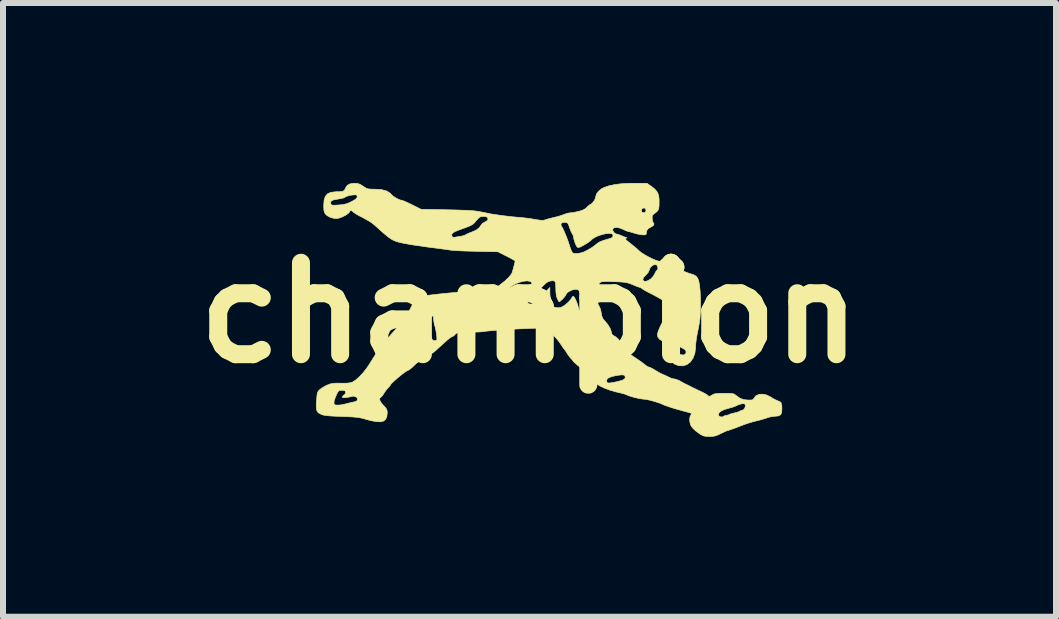
<source format=kicad_pcb>
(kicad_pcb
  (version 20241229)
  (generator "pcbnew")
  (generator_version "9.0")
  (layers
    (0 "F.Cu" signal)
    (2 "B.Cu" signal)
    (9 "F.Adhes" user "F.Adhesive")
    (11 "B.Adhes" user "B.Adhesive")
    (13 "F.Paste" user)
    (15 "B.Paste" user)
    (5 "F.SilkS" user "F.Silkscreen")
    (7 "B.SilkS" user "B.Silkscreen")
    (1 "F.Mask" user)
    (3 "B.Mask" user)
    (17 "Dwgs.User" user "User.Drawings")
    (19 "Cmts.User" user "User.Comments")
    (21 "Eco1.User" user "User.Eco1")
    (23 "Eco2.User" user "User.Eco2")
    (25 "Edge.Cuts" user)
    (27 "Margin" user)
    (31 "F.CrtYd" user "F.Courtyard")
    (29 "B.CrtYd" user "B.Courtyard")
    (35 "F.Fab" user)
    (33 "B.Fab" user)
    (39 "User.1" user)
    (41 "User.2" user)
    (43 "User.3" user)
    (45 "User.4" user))
  (footprint "champion"
    (layer "F.Cu")
    (at 5.777 2.165)
    (property "Reference" "champion" (at 0 0 0) (layer "F.SilkS") (effects (font (size 1.524 1.524) (thickness 0.3))))
    (attr through_hole)
    (fp_poly (pts (xy 2.024 -2.113) (xy 2.086 -2.065) (xy 2.126 -2.019) (xy 2.149 -1.969) (xy 2.159 -1.905) (xy 2.16 -1.85) (xy 2.159 -1.784) (xy 2.153 -1.738) (xy 2.14 -1.706) (xy 2.116 -1.681) (xy 2.082 -1.655) (xy 2.054 -1.633) (xy 2.044 -1.608) (xy 2.045 -1.569) (xy 2.045 -1.568) (xy 2.051 -1.53) (xy 2.06 -1.506) (xy 2.063 -1.503) (xy 2.076 -1.483) (xy 2.066 -1.458) (xy 2.037 -1.437) (xy 2.037 -1.437) (xy 1.983 -1.407) (xy 1.955 -1.373) (xy 1.948 -1.339) (xy 1.946 -1.313) (xy 1.933 -1.302) (xy 1.901 -1.299) (xy 1.894 -1.299) (xy 1.851 -1.303) (xy 1.795 -1.315) (xy 1.751 -1.327) (xy 1.703 -1.342) (xy 1.666 -1.352) (xy 1.648 -1.355) (xy 1.628 -1.361) (xy 1.592 -1.376) (xy 1.559 -1.392) (xy 1.5 -1.415) (xy 1.448 -1.424) (xy 1.409 -1.418) (xy 1.388 -1.399) (xy 1.386 -1.393) (xy 1.392 -1.362) (xy 1.415 -1.331) (xy 1.446 -1.314) (xy 1.454 -1.313) (xy 1.48 -1.307) (xy 1.519 -1.292) (xy 1.536 -1.285) (xy 1.575 -1.268) (xy 1.605 -1.258) (xy 1.612 -1.256) (xy 1.622 -1.253) (xy 1.61 -1.243) (xy 1.6 -1.231) (xy 1.61 -1.215) (xy 1.631 -1.197) (xy 1.717 -1.129) (xy 1.785 -1.072) (xy 1.833 -1.028) (xy 1.838 -1.024) (xy 1.87 -0.999) (xy 1.918 -0.969) (xy 1.975 -0.937) (xy 2.035 -0.907) (xy 2.091 -0.882) (xy 2.135 -0.866) (xy 2.157 -0.861) (xy 2.185 -0.855) (xy 2.229 -0.84) (xy 2.282 -0.818) (xy 2.295 -0.812) (xy 2.346 -0.789) (xy 2.387 -0.772) (xy 2.411 -0.763) (xy 2.414 -0.762) (xy 2.433 -0.756) (xy 2.469 -0.741) (xy 2.509 -0.721) (xy 2.57 -0.693) (xy 2.637 -0.667) (xy 2.674 -0.655) (xy 2.734 -0.636) (xy 2.776 -0.612) (xy 2.803 -0.578) (xy 2.821 -0.529) (xy 2.834 -0.458) (xy 2.836 -0.443) (xy 2.845 -0.345) (xy 2.85 -0.234) (xy 2.851 -0.119) (xy 2.848 -0.007) (xy 2.841 0.094) (xy 2.83 0.175) (xy 2.829 0.176) (xy 2.816 0.248) (xy 2.801 0.324) (xy 2.788 0.388) (xy 2.778 0.455) (xy 2.77 0.526) (xy 2.768 0.574) (xy 2.757 0.669) (xy 2.728 0.751) (xy 2.683 0.817) (xy 2.625 0.862) (xy 2.561 0.883) (xy 2.487 0.881) (xy 2.419 0.855) (xy 2.36 0.807) (xy 2.314 0.743) (xy 2.284 0.665) (xy 2.274 0.583) (xy 2.273 0.534) (xy 2.268 0.506) (xy 2.256 0.49) (xy 2.233 0.478) (xy 2.227 0.475) (xy 2.171 0.444) (xy 2.14 0.405) (xy 2.132 0.363) (xy 2.139 0.327) (xy 2.146 0.308) (xy 2.261 0.308) (xy 2.269 0.349) (xy 2.301 0.386) (xy 2.342 0.409) (xy 2.365 0.42) (xy 2.375 0.436) (xy 2.377 0.464) (xy 2.375 0.501) (xy 2.373 0.547) (xy 2.378 0.577) (xy 2.396 0.604) (xy 2.418 0.628) (xy 2.467 0.669) (xy 2.515 0.694) (xy 2.558 0.703) (xy 2.59 0.695) (xy 2.608 0.668) (xy 2.609 0.661) (xy 2.607 0.632) (xy 2.588 0.611) (xy 2.567 0.599) (xy 2.512 0.568) (xy 2.482 0.539) (xy 2.473 0.507) (xy 2.484 0.465) (xy 2.494 0.443) (xy 2.507 0.408) (xy 2.51 0.381) (xy 2.509 0.378) (xy 2.493 0.363) (xy 2.459 0.344) (xy 2.433 0.333) (xy 2.391 0.313) (xy 2.36 0.294) (xy 2.35 0.285) (xy 2.324 0.27) (xy 2.292 0.273) (xy 2.267 0.292) (xy 2.261 0.308) (xy 2.146 0.308) (xy 2.158 0.276) (xy 2.184 0.218) (xy 2.213 0.161) (xy 2.242 0.113) (xy 2.26 0.091) (xy 2.274 0.07) (xy 2.283 0.041) (xy 2.287 -0.003) (xy 2.287 -0.053) (xy 2.287 -0.169) (xy 2.213 -0.216) (xy 2.165 -0.244) (xy 2.103 -0.279) (xy 2.038 -0.313) (xy 2.019 -0.323) (xy 1.964 -0.351) (xy 1.917 -0.377) (xy 1.885 -0.397) (xy 1.877 -0.403) (xy 1.853 -0.42) (xy 1.841 -0.424) (xy 1.823 -0.429) (xy 1.785 -0.442) (xy 1.737 -0.462) (xy 1.722 -0.468) (xy 1.679 -0.486) (xy 1.642 -0.498) (xy 1.604 -0.507) (xy 1.559 -0.512) (xy 1.5 -0.516) (xy 1.42 -0.519) (xy 1.405 -0.519) (xy 1.323 -0.522) (xy 1.265 -0.522) (xy 1.225 -0.521) (xy 1.199 -0.517) (xy 1.183 -0.511) (xy 1.171 -0.501) (xy 1.166 -0.496) (xy 1.149 -0.471) (xy 1.15 -0.445) (xy 1.157 -0.425) (xy 1.166 -0.387) (xy 1.164 -0.352) (xy 1.153 -0.329) (xy 1.143 -0.325) (xy 1.136 -0.312) (xy 1.131 -0.279) (xy 1.13 -0.239) (xy 1.133 -0.179) (xy 1.145 -0.137) (xy 1.158 -0.116) (xy 1.177 -0.077) (xy 1.191 -0.025) (xy 1.195 0.000325) (xy 1.206 0.056) (xy 1.224 0.098) (xy 1.23 0.106) (xy 1.298 0.186) (xy 1.342 0.254) (xy 1.361 0.31) (xy 1.372 0.353) (xy 1.393 0.376) (xy 1.404 0.381) (xy 1.442 0.403) (xy 1.48 0.438) (xy 1.51 0.476) (xy 1.524 0.51) (xy 1.525 0.515) (xy 1.535 0.544) (xy 1.56 0.577) (xy 1.565 0.582) (xy 1.598 0.614) (xy 1.623 0.643) (xy 1.625 0.646) (xy 1.645 0.665) (xy 1.683 0.695) (xy 1.732 0.729) (xy 1.758 0.746) (xy 1.814 0.784) (xy 1.867 0.821) (xy 1.908 0.852) (xy 1.919 0.861) (xy 1.953 0.887) (xy 1.982 0.902) (xy 1.989 0.904) (xy 2.012 0.911) (xy 2.05 0.93) (xy 2.095 0.957) (xy 2.098 0.959) (xy 2.146 0.988) (xy 2.189 1.011) (xy 2.217 1.024) (xy 2.217 1.024) (xy 2.249 1.037) (xy 2.293 1.057) (xy 2.313 1.068) (xy 2.357 1.088) (xy 2.396 1.1) (xy 2.41 1.101) (xy 2.446 1.109) (xy 2.498 1.131) (xy 2.569 1.17) (xy 2.57 1.171) (xy 2.599 1.186) (xy 2.626 1.199) (xy 2.661 1.215) (xy 2.683 1.227) (xy 2.704 1.238) (xy 2.744 1.258) (xy 2.797 1.283) (xy 2.835 1.301) (xy 2.892 1.328) (xy 2.938 1.353) (xy 2.969 1.373) (xy 2.978 1.382) (xy 2.989 1.393) (xy 3.008 1.389) (xy 3.039 1.372) (xy 3.065 1.358) (xy 3.093 1.349) (xy 3.131 1.344) (xy 3.185 1.342) (xy 3.245 1.341) (xy 3.314 1.342) (xy 3.361 1.344) (xy 3.393 1.348) (xy 3.416 1.357) (xy 3.436 1.371) (xy 3.448 1.381) (xy 3.509 1.424) (xy 3.572 1.447) (xy 3.647 1.454) (xy 3.651 1.454) (xy 3.697 1.453) (xy 3.723 1.446) (xy 3.738 1.431) (xy 3.743 1.421) (xy 3.776 1.381) (xy 3.825 1.359) (xy 3.885 1.355) (xy 3.951 1.369) (xy 4.018 1.402) (xy 4.02 1.403) (xy 4.068 1.433) (xy 4.116 1.457) (xy 4.142 1.468) (xy 4.175 1.482) (xy 4.195 1.502) (xy 4.204 1.534) (xy 4.207 1.587) (xy 4.207 1.603) (xy 4.203 1.662) (xy 4.185 1.699) (xy 4.151 1.718) (xy 4.097 1.723) (xy 4.042 1.729) (xy 3.986 1.741) (xy 3.974 1.745) (xy 3.928 1.761) (xy 3.87 1.778) (xy 3.833 1.788) (xy 3.754 1.808) (xy 3.691 1.825) (xy 3.634 1.843) (xy 3.573 1.864) (xy 3.498 1.893) (xy 3.477 1.901) (xy 3.414 1.925) (xy 3.36 1.944) (xy 3.32 1.958) (xy 3.302 1.963) (xy 3.282 1.969) (xy 3.245 1.985) (xy 3.198 2.007) (xy 3.189 2.012) (xy 3.132 2.039) (xy 3.086 2.054) (xy 3.038 2.06) (xy 2.997 2.061) (xy 2.94 2.059) (xy 2.9 2.051) (xy 2.864 2.034) (xy 2.838 2.018) (xy 2.769 1.968) (xy 2.722 1.923) (xy 2.691 1.88) (xy 2.688 1.875) (xy 2.674 1.83) (xy 2.669 1.779) (xy 2.675 1.732) (xy 2.69 1.703) (xy 2.694 1.698) (xy 3.149 1.698) (xy 3.153 1.714) (xy 3.172 1.73) (xy 3.203 1.736) (xy 3.232 1.73) (xy 3.24 1.723) (xy 3.26 1.711) (xy 3.281 1.708) (xy 3.312 1.703) (xy 3.326 1.697) (xy 3.346 1.687) (xy 3.385 1.676) (xy 3.42 1.667) (xy 3.465 1.656) (xy 3.498 1.644) (xy 3.509 1.637) (xy 3.528 1.626) (xy 3.545 1.624) (xy 3.571 1.611) (xy 3.591 1.582) (xy 3.598 1.547) (xy 3.595 1.531) (xy 3.583 1.516) (xy 3.557 1.514) (xy 3.535 1.517) (xy 3.491 1.529) (xy 3.455 1.545) (xy 3.454 1.546) (xy 3.424 1.559) (xy 3.378 1.575) (xy 3.333 1.587) (xy 3.248 1.612) (xy 3.19 1.639) (xy 3.158 1.667) (xy 3.149 1.698) (xy 2.694 1.698) (xy 2.701 1.691) (xy 2.702 1.681) (xy 2.689 1.672) (xy 2.659 1.662) (xy 2.608 1.648) (xy 2.569 1.638) (xy 2.496 1.618) (xy 2.42 1.596) (xy 2.346 1.573) (xy 2.283 1.551) (xy 2.236 1.534) (xy 2.22 1.526) (xy 2.181 1.509) (xy 2.125 1.49) (xy 2.061 1.471) (xy 2 1.455) (xy 1.948 1.444) (xy 1.918 1.44) (xy 1.873 1.436) (xy 1.813 1.425) (xy 1.747 1.41) (xy 1.685 1.392) (xy 1.636 1.375) (xy 1.623 1.369) (xy 1.584 1.353) (xy 1.539 1.341) (xy 1.539 1.341) (xy 1.434 1.316) (xy 1.335 1.287) (xy 1.248 1.254) (xy 1.176 1.22) (xy 1.125 1.187) (xy 1.11 1.173) (xy 1.068 1.127) (xy 1.285 1.127) (xy 1.287 1.151) (xy 1.297 1.165) (xy 1.318 1.17) (xy 1.356 1.167) (xy 1.416 1.156) (xy 1.44 1.151) (xy 1.511 1.134) (xy 1.557 1.119) (xy 1.584 1.102) (xy 1.595 1.082) (xy 1.595 1.072) (xy 1.589 1.049) (xy 1.568 1.036) (xy 1.529 1.034) (xy 1.467 1.042) (xy 1.449 1.045) (xy 1.371 1.062) (xy 1.318 1.083) (xy 1.291 1.107) (xy 1.285 1.127) (xy 1.068 1.127) (xy 1.066 1.126) (xy 1.012 1.07) (xy 0.952 1.011) (xy 0.894 0.955) (xy 0.844 0.909) (xy 0.812 0.882) (xy 0.773 0.85) (xy 0.742 0.822) (xy 0.729 0.807) (xy 0.71 0.782) (xy 0.691 0.761) (xy 0.668 0.734) (xy 0.639 0.694) (xy 0.627 0.675) (xy 0.603 0.638) (xy 0.585 0.613) (xy 0.579 0.607) (xy 0.568 0.593) (xy 0.546 0.561) (xy 0.517 0.517) (xy 0.511 0.508) (xy 0.471 0.453) (xy 0.418 0.393) (xy 0.365 0.339) (xy 0.359 0.333) (xy 0.266 0.25) (xy 0.016 0.259) (xy -0.129 0.265) (xy -0.269 0.272) (xy -0.398 0.279) (xy -0.514 0.287) (xy -0.614 0.295) (xy -0.692 0.302) (xy -0.746 0.309) (xy -0.748 0.309) (xy -0.792 0.315) (xy -0.856 0.319) (xy -0.932 0.322) (xy -1.011 0.324) (xy -1.018 0.324) (xy -1.095 0.324) (xy -1.149 0.326) (xy -1.185 0.329) (xy -1.208 0.335) (xy -1.224 0.344) (xy -1.237 0.357) (xy -1.24 0.36) (xy -1.265 0.384) (xy -1.286 0.395) (xy -1.287 0.395) (xy -1.309 0.406) (xy -1.35 0.436) (xy -1.409 0.487) (xy -1.486 0.557) (xy -1.521 0.589) (xy -1.564 0.629) (xy -1.601 0.659) (xy -1.627 0.676) (xy -1.633 0.678) (xy -1.65 0.686) (xy -1.652 0.692) (xy -1.664 0.704) (xy -1.691 0.715) (xy -1.742 0.732) (xy -1.791 0.759) (xy -1.844 0.801) (xy -1.907 0.862) (xy -1.909 0.863) (xy -1.953 0.906) (xy -1.993 0.939) (xy -2.022 0.958) (xy -2.03 0.96) (xy -2.049 0.969) (xy -2.082 0.992) (xy -2.126 1.025) (xy -2.175 1.065) (xy -2.223 1.106) (xy -2.266 1.144) (xy -2.298 1.175) (xy -2.315 1.195) (xy -2.316 1.198) (xy -2.325 1.213) (xy -2.347 1.24) (xy -2.363 1.257) (xy -2.398 1.298) (xy -2.427 1.341) (xy -2.434 1.353) (xy -2.456 1.386) (xy -2.476 1.406) (xy -2.479 1.407) (xy -2.498 1.426) (xy -2.495 1.459) (xy -2.471 1.501) (xy -2.436 1.542) (xy -2.399 1.581) (xy -2.38 1.612) (xy -2.373 1.643) (xy -2.372 1.664) (xy -2.378 1.727) (xy -2.397 1.773) (xy -2.431 1.803) (xy -2.482 1.816) (xy -2.552 1.814) (xy -2.643 1.797) (xy -2.732 1.773) (xy -2.781 1.759) (xy -2.827 1.749) (xy -2.876 1.742) (xy -2.934 1.736) (xy -3.006 1.732) (xy -3.099 1.728) (xy -3.134 1.727) (xy -3.237 1.723) (xy -3.316 1.719) (xy -3.375 1.714) (xy -3.419 1.708) (xy -3.451 1.7) (xy -3.469 1.693) (xy -3.508 1.674) (xy -3.534 1.651) (xy -3.549 1.619) (xy -3.555 1.573) (xy -3.553 1.51) (xy -3.26 1.51) (xy -3.252 1.53) (xy -3.228 1.537) (xy -3.186 1.538) (xy -3.133 1.533) (xy -3.078 1.521) (xy -3.069 1.519) (xy -3.012 1.504) (xy -2.953 1.49) (xy -2.937 1.487) (xy -2.895 1.477) (xy -2.875 1.462) (xy -2.869 1.444) (xy -2.873 1.416) (xy -2.901 1.398) (xy -2.902 1.398) (xy -2.932 1.389) (xy -2.95 1.39) (xy -2.969 1.396) (xy -3.006 1.403) (xy -3.04 1.409) (xy -3.087 1.415) (xy -3.112 1.414) (xy -3.12 1.405) (xy -3.12 1.403) (xy -3.109 1.383) (xy -3.091 1.369) (xy -3.068 1.343) (xy -3.066 1.323) (xy -3.074 1.302) (xy -3.095 1.294) (xy -3.127 1.292) (xy -3.155 1.293) (xy -3.176 1.299) (xy -3.192 1.315) (xy -3.21 1.347) (xy -3.232 1.398) (xy -3.239 1.414) (xy -3.257 1.468) (xy -3.26 1.51) (xy -3.553 1.51) (xy -3.553 1.508) (xy -3.551 1.464) (xy -3.545 1.398) (xy -3.54 1.354) (xy -3.532 1.325) (xy -3.52 1.304) (xy -3.501 1.284) (xy -3.497 1.28) (xy -3.458 1.251) (xy -3.407 1.221) (xy -3.375 1.205) (xy -3.335 1.189) (xy -3.298 1.179) (xy -3.256 1.174) (xy -3.199 1.172) (xy -3.149 1.173) (xy -3.068 1.173) (xy -3.01 1.169) (xy -2.968 1.16) (xy -2.951 1.154) (xy -2.899 1.121) (xy -2.84 1.069) (xy -2.777 1.003) (xy -2.718 0.927) (xy -2.677 0.867) (xy -2.639 0.807) (xy -2.601 0.746) (xy -2.569 0.696) (xy -2.562 0.685) (xy -2.532 0.637) (xy -2.504 0.59) (xy -2.491 0.568) (xy -2.467 0.536) (xy -2.443 0.516) (xy -2.44 0.514) (xy -2.413 0.496) (xy -2.398 0.476) (xy -2.378 0.445) (xy -2.341 0.399) (xy -2.292 0.342) (xy -2.234 0.278) (xy -2.17 0.211) (xy -2.158 0.198) (xy -2.116 0.15) (xy -2.077 0.096) (xy -2.05 0.049) (xy -1.701 0.049) (xy -1.697 0.134) (xy -1.691 0.188) (xy -1.68 0.252) (xy -1.665 0.317) (xy -1.649 0.377) (xy -1.634 0.423) (xy -1.621 0.448) (xy -1.595 0.463) (xy -1.565 0.464) (xy -1.546 0.451) (xy -1.544 0.431) (xy -1.546 0.391) (xy -1.553 0.34) (xy -1.562 0.287) (xy -1.572 0.24) (xy -1.582 0.207) (xy -1.582 0.205) (xy -1.591 0.173) (xy -1.597 0.128) (xy -1.599 0.113) (xy -1.602 0.074) (xy -1.611 0.055) (xy -1.631 0.05) (xy -1.652 0.049) (xy -1.701 0.049) (xy -2.05 0.049) (xy -2.036 0.027) (xy -1.991 -0.062) (xy -1.99 -0.063) (xy -1.948 -0.145) (xy -1.914 -0.204) (xy -1.887 -0.241) (xy -1.866 -0.26) (xy -1.865 -0.26) (xy -1.86 -0.262) (xy -0.463 -0.262) (xy -0.445 -0.245) (xy -0.408 -0.243) (xy -0.361 -0.257) (xy -0.312 -0.283) (xy -0.272 -0.315) (xy -0.27 -0.318) (xy -0.233 -0.351) (xy -0.188 -0.382) (xy -0.141 -0.406) (xy -0.101 -0.419) (xy -0.079 -0.419) (xy -0.067 -0.408) (xy -0.06 -0.383) (xy -0.057 -0.339) (xy -0.056 -0.306) (xy -0.053 -0.232) (xy -0.041 -0.182) (xy -0.018 -0.154) (xy 0.017 -0.146) (xy 0.047 -0.149) (xy 0.095 -0.167) (xy 0.122 -0.192) (xy 0.141 -0.216) (xy 0.175 -0.254) (xy 0.217 -0.299) (xy 0.241 -0.324) (xy 0.339 -0.423) (xy 0.339 -0.334) (xy 0.343 -0.271) (xy 0.354 -0.227) (xy 0.36 -0.218) (xy 0.376 -0.182) (xy 0.381 -0.155) (xy 0.389 -0.115) (xy 0.416 -0.093) (xy 0.465 -0.085) (xy 0.475 -0.085) (xy 0.515 -0.089) (xy 0.552 -0.104) (xy 0.597 -0.134) (xy 0.605 -0.141) (xy 0.646 -0.177) (xy 0.679 -0.213) (xy 0.694 -0.235) (xy 0.712 -0.264) (xy 0.727 -0.277) (xy 0.741 -0.268) (xy 0.759 -0.239) (xy 0.779 -0.197) (xy 0.797 -0.149) (xy 0.811 -0.103) (xy 0.812 -0.095) (xy 0.823 -0.058) (xy 0.836 -0.034) (xy 0.839 -0.032) (xy 0.854 -0.013) (xy 0.872 0.022) (xy 0.881 0.042) (xy 0.906 0.093) (xy 0.937 0.137) (xy 0.969 0.17) (xy 0.997 0.183) (xy 0.999 0.184) (xy 1.024 0.176) (xy 1.052 0.161) (xy 1.079 0.134) (xy 1.086 0.104) (xy 1.074 0.082) (xy 1.062 0.076) (xy 1.025 0.061) (xy 0.999 0.038) (xy 0.977 -0.001) (xy 0.967 -0.026) (xy 0.947 -0.07) (xy 0.929 -0.104) (xy 0.921 -0.116) (xy 0.906 -0.143) (xy 0.904 -0.162) (xy 0.897 -0.194) (xy 0.881 -0.232) (xy 0.881 -0.233) (xy 0.861 -0.276) (xy 0.843 -0.325) (xy 0.84 -0.332) (xy 0.826 -0.368) (xy 0.808 -0.386) (xy 0.777 -0.392) (xy 0.772 -0.393) (xy 0.733 -0.388) (xy 0.689 -0.372) (xy 0.647 -0.349) (xy 0.617 -0.324) (xy 0.607 -0.303) (xy 0.598 -0.285) (xy 0.575 -0.257) (xy 0.546 -0.225) (xy 0.517 -0.199) (xy 0.497 -0.185) (xy 0.494 -0.184) (xy 0.484 -0.196) (xy 0.469 -0.225) (xy 0.462 -0.238) (xy 0.446 -0.29) (xy 0.439 -0.362) (xy 0.438 -0.407) (xy 0.436 -0.471) (xy 0.43 -0.511) (xy 0.415 -0.531) (xy 0.389 -0.536) (xy 0.347 -0.531) (xy 0.342 -0.53) (xy 0.308 -0.519) (xy 0.273 -0.495) (xy 0.23 -0.455) (xy 0.205 -0.429) (xy 0.165 -0.388) (xy 0.131 -0.357) (xy 0.108 -0.34) (xy 0.103 -0.339) (xy 0.083 -0.328) (xy 0.065 -0.309) (xy 0.051 -0.291) (xy 0.043 -0.293) (xy 0.037 -0.319) (xy 0.035 -0.33) (xy 0.031 -0.378) (xy 0.033 -0.432) (xy 0.035 -0.445) (xy 0.039 -0.485) (xy 0.034 -0.506) (xy 0.018 -0.52) (xy 0.009 -0.524) (xy -0.037 -0.533) (xy -0.098 -0.527) (xy -0.165 -0.51) (xy -0.23 -0.485) (xy -0.286 -0.454) (xy -0.325 -0.42) (xy -0.332 -0.409) (xy -0.354 -0.384) (xy -0.39 -0.356) (xy -0.404 -0.348) (xy -0.441 -0.319) (xy -0.462 -0.289) (xy -0.463 -0.262) (xy -1.86 -0.262) (xy -1.834 -0.27) (xy -1.774 -0.281) (xy -1.687 -0.293) (xy -1.573 -0.307) (xy -1.43 -0.322) (xy -1.264 -0.338) (xy -1.18 -0.345) (xy -1.084 -0.35) (xy -0.989 -0.352) (xy -0.94 -0.353) (xy -0.832 -0.355) (xy -0.746 -0.361) (xy -0.676 -0.373) (xy -0.616 -0.392) (xy -0.56 -0.421) (xy -0.501 -0.46) (xy -0.493 -0.466) (xy -0.408 -0.533) (xy -0.382 -0.558) (xy 1.889 -0.558) (xy 1.897 -0.535) (xy 1.921 -0.525) (xy 1.959 -0.53) (xy 2.006 -0.555) (xy 2.02 -0.565) (xy 2.056 -0.601) (xy 2.083 -0.642) (xy 2.089 -0.656) (xy 2.106 -0.69) (xy 2.124 -0.711) (xy 2.127 -0.712) (xy 2.142 -0.732) (xy 2.143 -0.759) (xy 2.13 -0.79) (xy 2.104 -0.803) (xy 2.07 -0.8) (xy 2.037 -0.781) (xy 2.01 -0.75) (xy 1.997 -0.717) (xy 1.978 -0.673) (xy 1.942 -0.632) (xy 1.94 -0.631) (xy 1.902 -0.591) (xy 1.889 -0.558) (xy -0.382 -0.558) (xy -0.344 -0.594) (xy -0.302 -0.647) (xy -0.29 -0.671) (xy -0.282 -0.698) (xy -0.27 -0.74) (xy -0.258 -0.787) (xy -0.247 -0.83) (xy -0.241 -0.859) (xy -0.241 -0.864) (xy -0.252 -0.874) (xy -0.284 -0.893) (xy -0.332 -0.919) (xy -0.384 -0.946) (xy -0.527 -1.018) (xy -0.881 -1.025) (xy -0.984 -1.028) (xy -1.084 -1.031) (xy -1.173 -1.035) (xy -1.249 -1.04) (xy -1.304 -1.044) (xy -1.327 -1.047) (xy -1.393 -1.057) (xy -1.468 -1.067) (xy -1.518 -1.074) (xy -1.592 -1.083) (xy -1.678 -1.094) (xy -1.769 -1.107) (xy -1.858 -1.12) (xy -1.936 -1.131) (xy -1.997 -1.141) (xy -2.012 -1.144) (xy -2.094 -1.159) (xy -2.161 -1.173) (xy -2.216 -1.188) (xy -2.265 -1.207) (xy -2.311 -1.233) (xy -2.36 -1.268) (xy -2.409 -1.308) (xy -1.296 -1.308) (xy -1.296 -1.284) (xy -1.294 -1.278) (xy -1.281 -1.262) (xy -1.254 -1.259) (xy -1.235 -1.262) (xy -1.185 -1.271) (xy -1.134 -1.279) (xy -1.133 -1.279) (xy -1.092 -1.289) (xy -1.062 -1.303) (xy -1.059 -1.305) (xy -1.034 -1.318) (xy -0.993 -1.336) (xy -0.96 -1.348) (xy -0.886 -1.381) (xy -0.834 -1.424) (xy -0.806 -1.465) (xy -0.788 -1.486) (xy 0.525 -1.486) (xy 0.526 -1.457) (xy 0.534 -1.442) (xy 0.553 -1.411) (xy 0.559 -1.398) (xy 0.571 -1.372) (xy 0.588 -1.334) (xy 0.594 -1.32) (xy 0.611 -1.279) (xy 0.633 -1.222) (xy 0.654 -1.161) (xy 0.656 -1.153) (xy 0.679 -1.083) (xy 0.697 -1.036) (xy 0.713 -1.007) (xy 0.732 -0.993) (xy 0.757 -0.989) (xy 0.792 -0.99) (xy 0.803 -0.991) (xy 0.855 -0.999) (xy 0.906 -1.015) (xy 0.965 -1.045) (xy 0.988 -1.058) (xy 1.041 -1.09) (xy 1.086 -1.122) (xy 1.117 -1.147) (xy 1.122 -1.152) (xy 1.157 -1.177) (xy 1.217 -1.202) (xy 1.271 -1.219) (xy 1.329 -1.236) (xy 1.364 -1.249) (xy 1.383 -1.261) (xy 1.39 -1.276) (xy 1.391 -1.286) (xy 1.387 -1.308) (xy 1.372 -1.319) (xy 1.336 -1.324) (xy 1.33 -1.324) (xy 1.278 -1.321) (xy 1.215 -1.307) (xy 1.15 -1.286) (xy 1.092 -1.26) (xy 1.049 -1.233) (xy 1.038 -1.222) (xy 1.006 -1.193) (xy 0.955 -1.158) (xy 0.882 -1.116) (xy 0.852 -1.1) (xy 0.82 -1.09) (xy 0.801 -1.091) (xy 0.786 -1.108) (xy 0.768 -1.143) (xy 0.752 -1.187) (xy 0.739 -1.23) (xy 0.734 -1.263) (xy 0.727 -1.291) (xy 0.709 -1.323) (xy 0.691 -1.359) (xy 0.671 -1.408) (xy 0.663 -1.432) (xy 0.649 -1.474) (xy 0.635 -1.496) (xy 0.614 -1.505) (xy 0.589 -1.508) (xy 0.547 -1.504) (xy 0.525 -1.486) (xy -0.788 -1.486) (xy -0.782 -1.491) (xy -0.745 -1.515) (xy -0.74 -1.518) (xy -0.706 -1.536) (xy -0.694 -1.556) (xy -0.694 -1.57) (xy -0.702 -1.591) (xy -0.723 -1.602) (xy -0.759 -1.607) (xy -0.792 -1.607) (xy -0.819 -1.6) (xy -0.847 -1.582) (xy -0.879 -1.548) (xy -0.923 -1.496) (xy -0.926 -1.493) (xy -0.954 -1.47) (xy -1.004 -1.445) (xy -1.078 -1.416) (xy -1.115 -1.403) (xy -1.194 -1.374) (xy -1.248 -1.351) (xy -1.282 -1.329) (xy -1.296 -1.308) (xy -2.409 -1.308) (xy -2.417 -1.314) (xy -2.486 -1.375) (xy -2.562 -1.444) (xy -2.609 -1.484) (xy -2.66 -1.52) (xy -2.721 -1.556) (xy -2.799 -1.598) (xy -2.842 -1.619) (xy -2.886 -1.644) (xy -2.924 -1.669) (xy -2.937 -1.68) (xy -2.967 -1.704) (xy -2.988 -1.704) (xy -2.999 -1.684) (xy -3.018 -1.661) (xy -3.055 -1.634) (xy -3.103 -1.608) (xy -3.154 -1.586) (xy -3.197 -1.574) (xy -3.256 -1.574) (xy -3.32 -1.591) (xy -3.376 -1.622) (xy -3.403 -1.648) (xy -3.418 -1.674) (xy -3.427 -1.707) (xy -3.43 -1.756) (xy -3.431 -1.791) (xy -3.427 -1.842) (xy -3.317 -1.842) (xy -3.313 -1.814) (xy -3.305 -1.803) (xy -3.29 -1.796) (xy -3.261 -1.794) (xy -3.213 -1.796) (xy -3.181 -1.798) (xy -3.111 -1.805) (xy -3.056 -1.817) (xy -3.006 -1.836) (xy -2.966 -1.855) (xy -2.916 -1.883) (xy -2.887 -1.905) (xy -2.875 -1.924) (xy -2.873 -1.936) (xy -2.877 -1.959) (xy -2.894 -1.967) (xy -2.923 -1.967) (xy -2.994 -1.959) (xy -3.05 -1.942) (xy -3.079 -1.926) (xy -3.104 -1.914) (xy -3.147 -1.904) (xy -3.197 -1.896) (xy -3.263 -1.884) (xy -3.302 -1.867) (xy -3.317 -1.842) (xy -3.427 -1.842) (xy -3.425 -1.878) (xy -3.405 -1.94) (xy -3.369 -1.983) (xy -3.314 -2.008) (xy -3.237 -2.018) (xy -3.212 -2.019) (xy -3.153 -2.02) (xy -3.115 -2.026) (xy -3.092 -2.038) (xy -3.076 -2.061) (xy -3.066 -2.084) (xy -3.038 -2.126) (xy -2.993 -2.15) (xy -2.928 -2.16) (xy -2.91 -2.16) (xy -2.863 -2.156) (xy -2.822 -2.141) (xy -2.774 -2.111) (xy -2.773 -2.111) (xy -2.739 -2.087) (xy -2.711 -2.073) (xy -2.68 -2.065) (xy -2.638 -2.062) (xy -2.577 -2.061) (xy -2.574 -2.061) (xy -2.466 -2.054) (xy -2.383 -2.032) (xy -2.323 -1.995) (xy -2.304 -1.974) (xy -2.277 -1.948) (xy -2.236 -1.92) (xy -2.191 -1.896) (xy -2.152 -1.88) (xy -2.137 -1.878) (xy -2.114 -1.872) (xy -2.072 -1.855) (xy -2.017 -1.83) (xy -1.959 -1.802) (xy -1.81 -1.727) (xy -1.366 -1.718) (xy -1.235 -1.715) (xy -1.127 -1.711) (xy -1.041 -1.708) (xy -0.971 -1.704) (xy -0.914 -1.699) (xy -0.866 -1.693) (xy -0.824 -1.685) (xy -0.796 -1.68) (xy -0.643 -1.649) (xy -0.471 -1.623) (xy -0.292 -1.602) (xy -0.212 -1.595) (xy -0.139 -1.589) (xy -0.068 -1.581) (xy -0.009 -1.574) (xy 0.021 -1.569) (xy 0.104 -1.555) (xy 0.164 -1.546) (xy 0.206 -1.542) (xy 0.235 -1.543) (xy 0.255 -1.548) (xy 0.258 -1.55) (xy 0.287 -1.559) (xy 0.333 -1.572) (xy 0.39 -1.586) (xy 0.402 -1.589) (xy 0.465 -1.604) (xy 0.524 -1.622) (xy 0.569 -1.638) (xy 0.573 -1.64) (xy 0.618 -1.656) (xy 0.659 -1.665) (xy 0.669 -1.666) (xy 0.702 -1.669) (xy 0.752 -1.677) (xy 0.808 -1.689) (xy 0.809 -1.689) (xy 0.87 -1.706) (xy 0.895 -1.717) (xy 1.865 -1.717) (xy 1.869 -1.686) (xy 1.889 -1.67) (xy 1.91 -1.669) (xy 1.935 -1.681) (xy 1.941 -1.708) (xy 1.934 -1.737) (xy 1.91 -1.748) (xy 1.879 -1.742) (xy 1.865 -1.717) (xy 0.895 -1.717) (xy 0.913 -1.724) (xy 0.946 -1.75) (xy 0.956 -1.76) (xy 0.985 -1.788) (xy 1.008 -1.805) (xy 1.014 -1.807) (xy 1.035 -1.819) (xy 1.061 -1.847) (xy 1.085 -1.882) (xy 1.099 -1.915) (xy 1.101 -1.927) (xy 1.114 -1.978) (xy 1.15 -2.027) (xy 1.202 -2.069) (xy 1.235 -2.086) (xy 1.325 -2.118) (xy 1.428 -2.14) (xy 1.549 -2.154) (xy 1.691 -2.16) (xy 1.741 -2.16) (xy 1.958 -2.16) (xy 2.024 -2.113)) (stroke (width 0.01) (type solid)) (fill yes) (layer "F.SilkS")))
  (gr_rect
    (start -3 -3)
    (end 14.553 7.231)
    (stroke (width 0.1) (type default))
    (fill no)
    (layer "Edge.Cuts")))
</source>
